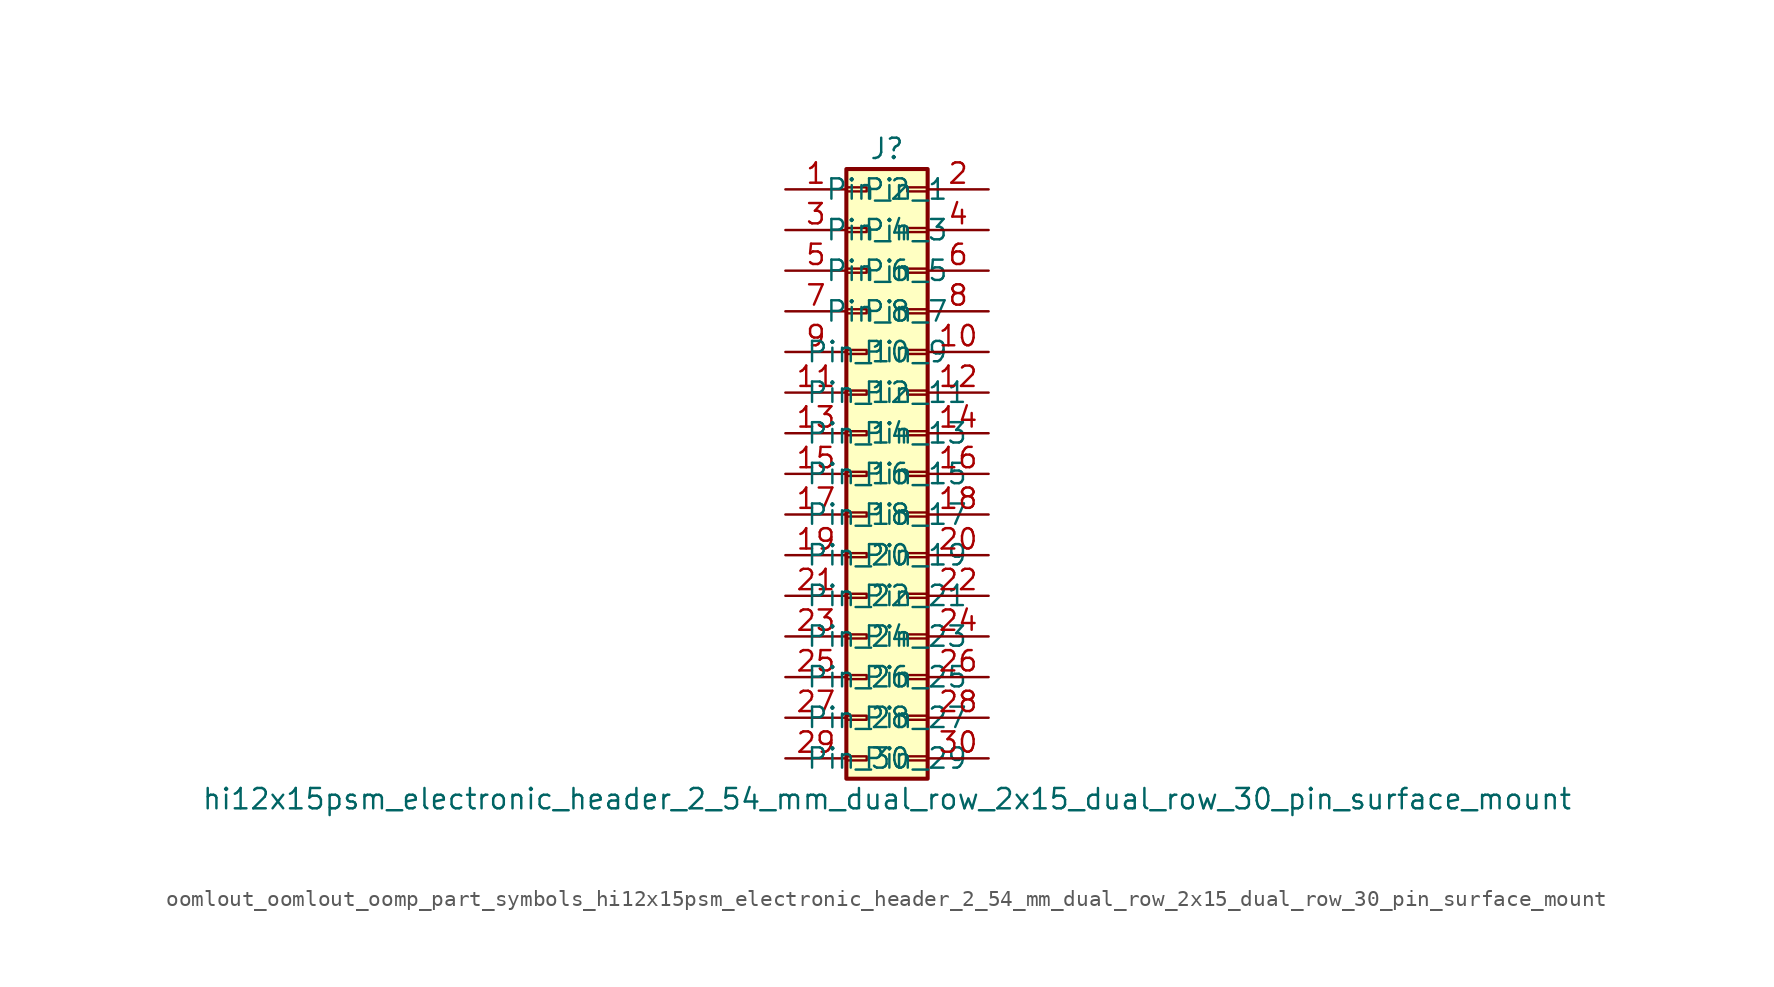
<source format=kicad_sym>
(kicad_symbol_lib
  (version 20220914)
  (generator kicad_symbol_editor)
  (symbol "oomlout_oomlout_oomp_part_symbols_hi12x15psm_electronic_header_2_54_mm_dual_row_2x15_dual_row_30_pin_surface_mount"
    (pin_names
      (offset 1.016))
    (property "Reference" "J"
      (at 1.27 20.32 0)
      (effects (font (size 1.27 1.27))))
    (property "Value" "hi12x15psm_electronic_header_2_54_mm_dual_row_2x15_dual_row_30_pin_surface_mount"
      (at 1.27 -20.32 0)
      (effects (font (size 1.27 1.27))))
    (symbol "oomlout_oomlout_oomp_part_symbols_hi12x15psm_electronic_header_2_54_mm_dual_row_2x15_dual_row_30_pin_surface_mount_1_1"
      (rectangle (start -1.27 -17.653) (end 0 -17.907) (stroke (width 0.152) (type default)) (fill (type none)))
      (rectangle (start -1.27 -15.113) (end 0 -15.367) (stroke (width 0.152) (type default)) (fill (type none)))
      (rectangle (start -1.27 -12.573) (end 0 -12.827) (stroke (width 0.152) (type default)) (fill (type none)))
      (rectangle (start -1.27 -10.033) (end 0 -10.287) (stroke (width 0.152) (type default)) (fill (type none)))
      (rectangle (start -1.27 -7.493) (end 0 -7.747) (stroke (width 0.152) (type default)) (fill (type none)))
      (rectangle (start -1.27 -4.953) (end 0 -5.207) (stroke (width 0.152) (type default)) (fill (type none)))
      (rectangle (start -1.27 -2.413) (end 0 -2.667) (stroke (width 0.152) (type default)) (fill (type none)))
      (rectangle (start -1.27 0.127) (end 0 -0.127) (stroke (width 0.152) (type default)) (fill (type none)))
      (rectangle (start -1.27 2.667) (end 0 2.413) (stroke (width 0.152) (type default)) (fill (type none)))
      (rectangle (start -1.27 5.207) (end 0 4.953) (stroke (width 0.152) (type default)) (fill (type none)))
      (rectangle (start -1.27 7.747) (end 0 7.493) (stroke (width 0.152) (type default)) (fill (type none)))
      (rectangle (start -1.27 10.287) (end 0 10.033) (stroke (width 0.152) (type default)) (fill (type none)))
      (rectangle (start -1.27 12.827) (end 0 12.573) (stroke (width 0.152) (type default)) (fill (type none)))
      (rectangle (start -1.27 15.367) (end 0 15.113) (stroke (width 0.152) (type default)) (fill (type none)))
      (rectangle (start -1.27 17.907) (end 0 17.653) (stroke (width 0.152) (type default)) (fill (type none)))
      (rectangle (start -1.27 19.05) (end 3.81 -19.05) (stroke (width 0.254) (type default)) (fill (type background)))
      (rectangle (start 3.81 -17.653) (end 2.54 -17.907) (stroke (width 0.152) (type default)) (fill (type none)))
      (rectangle (start 3.81 -15.113) (end 2.54 -15.367) (stroke (width 0.152) (type default)) (fill (type none)))
      (rectangle (start 3.81 -12.573) (end 2.54 -12.827) (stroke (width 0.152) (type default)) (fill (type none)))
      (rectangle (start 3.81 -10.033) (end 2.54 -10.287) (stroke (width 0.152) (type default)) (fill (type none)))
      (rectangle (start 3.81 -7.493) (end 2.54 -7.747) (stroke (width 0.152) (type default)) (fill (type none)))
      (rectangle (start 3.81 -4.953) (end 2.54 -5.207) (stroke (width 0.152) (type default)) (fill (type none)))
      (rectangle (start 3.81 -2.413) (end 2.54 -2.667) (stroke (width 0.152) (type default)) (fill (type none)))
      (rectangle (start 3.81 0.127) (end 2.54 -0.127) (stroke (width 0.152) (type default)) (fill (type none)))
      (rectangle (start 3.81 2.667) (end 2.54 2.413) (stroke (width 0.152) (type default)) (fill (type none)))
      (rectangle (start 3.81 5.207) (end 2.54 4.953) (stroke (width 0.152) (type default)) (fill (type none)))
      (rectangle (start 3.81 7.747) (end 2.54 7.493) (stroke (width 0.152) (type default)) (fill (type none)))
      (rectangle (start 3.81 10.287) (end 2.54 10.033) (stroke (width 0.152) (type default)) (fill (type none)))
      (rectangle (start 3.81 12.827) (end 2.54 12.573) (stroke (width 0.152) (type default)) (fill (type none)))
      (rectangle (start 3.81 15.367) (end 2.54 15.113) (stroke (width 0.152) (type default)) (fill (type none)))
      (rectangle (start 3.81 17.907) (end 2.54 17.653) (stroke (width 0.152) (type default)) (fill (type none)))
      (pin passive line (at -5.08 17.78 0) (length 3.81) (name "Pin_1" (effects (font (size 1.27 1.27)))) (number "1" (effects (font (size 1.27 1.27)))))
      (pin passive line (at 7.62 7.62 180) (length 3.81) (name "Pin_10" (effects (font (size 1.27 1.27)))) (number "10" (effects (font (size 1.27 1.27)))))
      (pin passive line (at -5.08 5.08 0) (length 3.81) (name "Pin_11" (effects (font (size 1.27 1.27)))) (number "11" (effects (font (size 1.27 1.27)))))
      (pin passive line (at 7.62 5.08 180) (length 3.81) (name "Pin_12" (effects (font (size 1.27 1.27)))) (number "12" (effects (font (size 1.27 1.27)))))
      (pin passive line (at -5.08 2.54 0) (length 3.81) (name "Pin_13" (effects (font (size 1.27 1.27)))) (number "13" (effects (font (size 1.27 1.27)))))
      (pin passive line (at 7.62 2.54 180) (length 3.81) (name "Pin_14" (effects (font (size 1.27 1.27)))) (number "14" (effects (font (size 1.27 1.27)))))
      (pin passive line (at -5.08 0 0) (length 3.81) (name "Pin_15" (effects (font (size 1.27 1.27)))) (number "15" (effects (font (size 1.27 1.27)))))
      (pin passive line (at 7.62 0 180) (length 3.81) (name "Pin_16" (effects (font (size 1.27 1.27)))) (number "16" (effects (font (size 1.27 1.27)))))
      (pin passive line (at -5.08 -2.54 0) (length 3.81) (name "Pin_17" (effects (font (size 1.27 1.27)))) (number "17" (effects (font (size 1.27 1.27)))))
      (pin passive line (at 7.62 -2.54 180) (length 3.81) (name "Pin_18" (effects (font (size 1.27 1.27)))) (number "18" (effects (font (size 1.27 1.27)))))
      (pin passive line (at -5.08 -5.08 0) (length 3.81) (name "Pin_19" (effects (font (size 1.27 1.27)))) (number "19" (effects (font (size 1.27 1.27)))))
      (pin passive line (at 7.62 17.78 180) (length 3.81) (name "Pin_2" (effects (font (size 1.27 1.27)))) (number "2" (effects (font (size 1.27 1.27)))))
      (pin passive line (at 7.62 -5.08 180) (length 3.81) (name "Pin_20" (effects (font (size 1.27 1.27)))) (number "20" (effects (font (size 1.27 1.27)))))
      (pin passive line (at -5.08 -7.62 0) (length 3.81) (name "Pin_21" (effects (font (size 1.27 1.27)))) (number "21" (effects (font (size 1.27 1.27)))))
      (pin passive line (at 7.62 -7.62 180) (length 3.81) (name "Pin_22" (effects (font (size 1.27 1.27)))) (number "22" (effects (font (size 1.27 1.27)))))
      (pin passive line (at -5.08 -10.16 0) (length 3.81) (name "Pin_23" (effects (font (size 1.27 1.27)))) (number "23" (effects (font (size 1.27 1.27)))))
      (pin passive line (at 7.62 -10.16 180) (length 3.81) (name "Pin_24" (effects (font (size 1.27 1.27)))) (number "24" (effects (font (size 1.27 1.27)))))
      (pin passive line (at -5.08 -12.7 0) (length 3.81) (name "Pin_25" (effects (font (size 1.27 1.27)))) (number "25" (effects (font (size 1.27 1.27)))))
      (pin passive line (at 7.62 -12.7 180) (length 3.81) (name "Pin_26" (effects (font (size 1.27 1.27)))) (number "26" (effects (font (size 1.27 1.27)))))
      (pin passive line (at -5.08 -15.24 0) (length 3.81) (name "Pin_27" (effects (font (size 1.27 1.27)))) (number "27" (effects (font (size 1.27 1.27)))))
      (pin passive line (at 7.62 -15.24 180) (length 3.81) (name "Pin_28" (effects (font (size 1.27 1.27)))) (number "28" (effects (font (size 1.27 1.27)))))
      (pin passive line (at -5.08 -17.78 0) (length 3.81) (name "Pin_29" (effects (font (size 1.27 1.27)))) (number "29" (effects (font (size 1.27 1.27)))))
      (pin passive line (at -5.08 15.24 0) (length 3.81) (name "Pin_3" (effects (font (size 1.27 1.27)))) (number "3" (effects (font (size 1.27 1.27)))))
      (pin passive line (at 7.62 -17.78 180) (length 3.81) (name "Pin_30" (effects (font (size 1.27 1.27)))) (number "30" (effects (font (size 1.27 1.27)))))
      (pin passive line (at 7.62 15.24 180) (length 3.81) (name "Pin_4" (effects (font (size 1.27 1.27)))) (number "4" (effects (font (size 1.27 1.27)))))
      (pin passive line (at -5.08 12.7 0) (length 3.81) (name "Pin_5" (effects (font (size 1.27 1.27)))) (number "5" (effects (font (size 1.27 1.27)))))
      (pin passive line (at 7.62 12.7 180) (length 3.81) (name "Pin_6" (effects (font (size 1.27 1.27)))) (number "6" (effects (font (size 1.27 1.27)))))
      (pin passive line (at -5.08 10.16 0) (length 3.81) (name "Pin_7" (effects (font (size 1.27 1.27)))) (number "7" (effects (font (size 1.27 1.27)))))
      (pin passive line (at 7.62 10.16 180) (length 3.81) (name "Pin_8" (effects (font (size 1.27 1.27)))) (number "8" (effects (font (size 1.27 1.27)))))
      (pin passive line (at -5.08 7.62 0) (length 3.81) (name "Pin_9" (effects (font (size 1.27 1.27)))) (number "9" (effects (font (size 1.27 1.27))))))))
</source>
